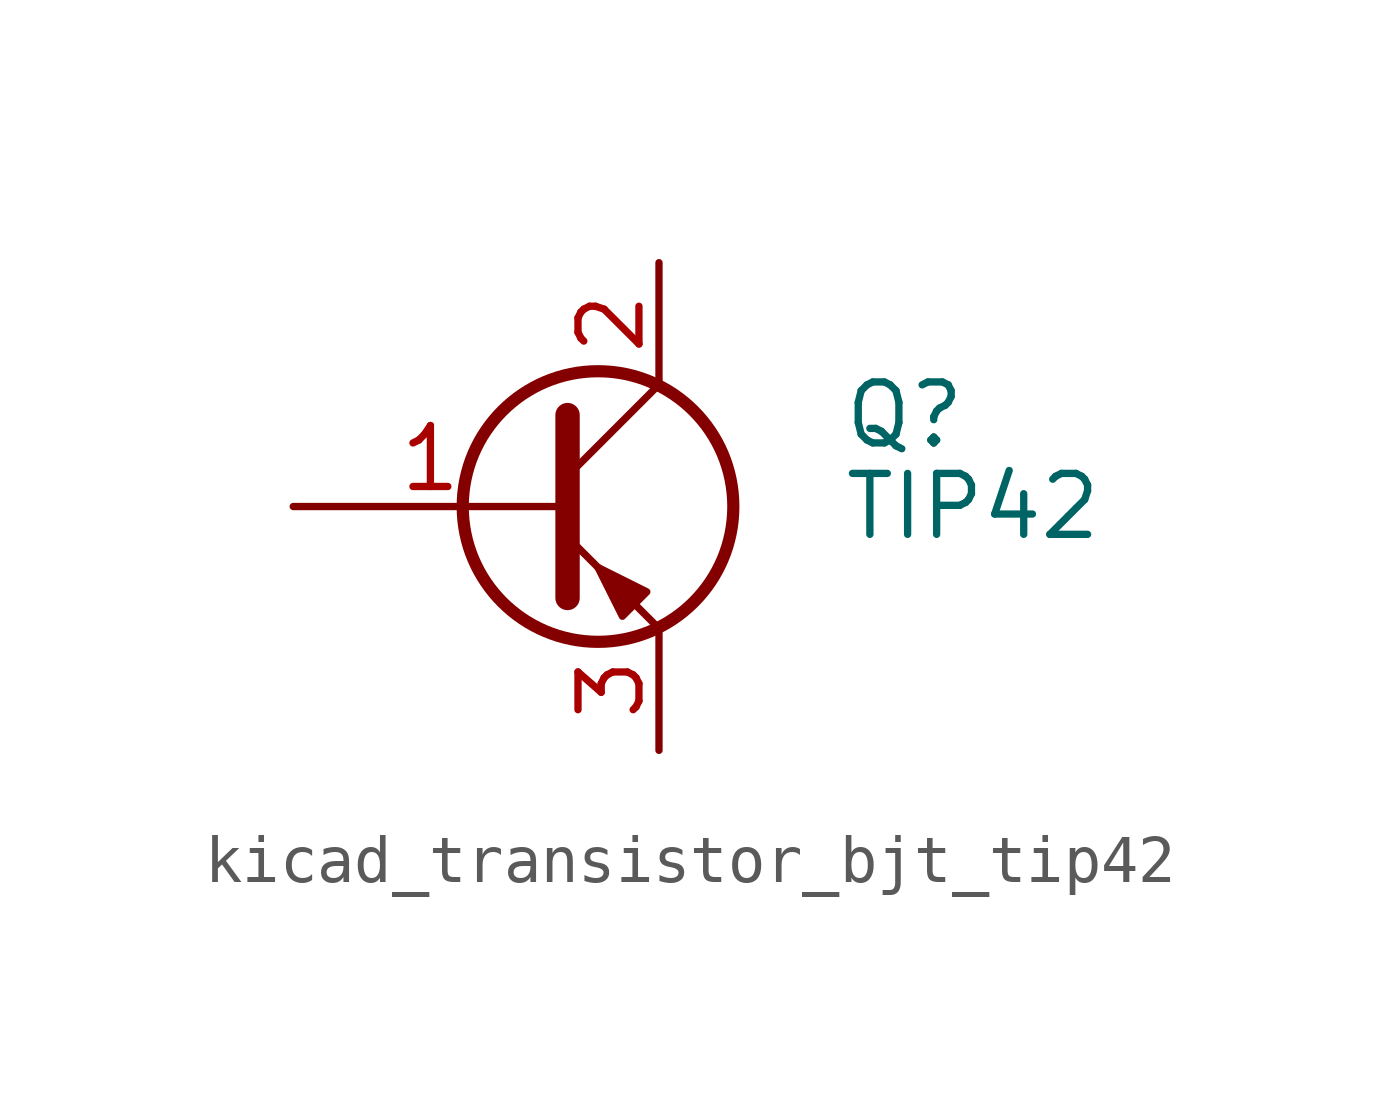
<source format=kicad_sym>
(kicad_symbol_lib
  (version 20220914)
  (generator kicad_symbol_editor)
  (symbol "kicad_transistor_bjt_tip42"
    (pin_names
      (offset 0) hide)
    (property "Reference" "Q"
      (at 6.35 1.905 0)
      (effects (font (size 1.27 1.27)) (justify left)))
    (property "Value" "TIP42"
      (at 6.35 0 0)
      (effects (font (size 1.27 1.27)) (justify left)))
    (symbol "kicad_transistor_bjt_tip42_0_1"
      (polyline (pts (xy 0.635 0.635) (xy 2.54 2.54)) (stroke (width 0) (type default)) (fill (type none)))
      (polyline (pts (xy 0.635 -0.635) (xy 2.54 -2.54) (xy 2.54 -2.54)) (stroke (width 0) (type default)) (fill (type none)))
      (polyline (pts (xy 0.635 1.905) (xy 0.635 -1.905) (xy 0.635 -1.905)) (stroke (width 0.508) (type default)) (fill (type none)))
      (polyline (pts (xy 2.286 -1.778) (xy 1.778 -2.286) (xy 1.27 -1.27) (xy 2.286 -1.778) (xy 2.286 -1.778)) (stroke (width 0) (type default)) (fill (type outline)))
      (circle (center 1.27 0) (radius 2.819) (stroke (width 0.254) (type default)) (fill (type none))))
    (symbol "kicad_transistor_bjt_tip42_1_1"
      (pin input line (at -5.08 0 0) (length 5.715) (name "B" (effects (font (size 1.27 1.27)))) (number "1" (effects (font (size 1.27 1.27)))))
      (pin passive line (at 2.54 5.08 270) (length 2.54) (name "C" (effects (font (size 1.27 1.27)))) (number "2" (effects (font (size 1.27 1.27)))))
      (pin passive line (at 2.54 -5.08 90) (length 2.54) (name "E" (effects (font (size 1.27 1.27)))) (number "3" (effects (font (size 1.27 1.27))))))))
</source>
